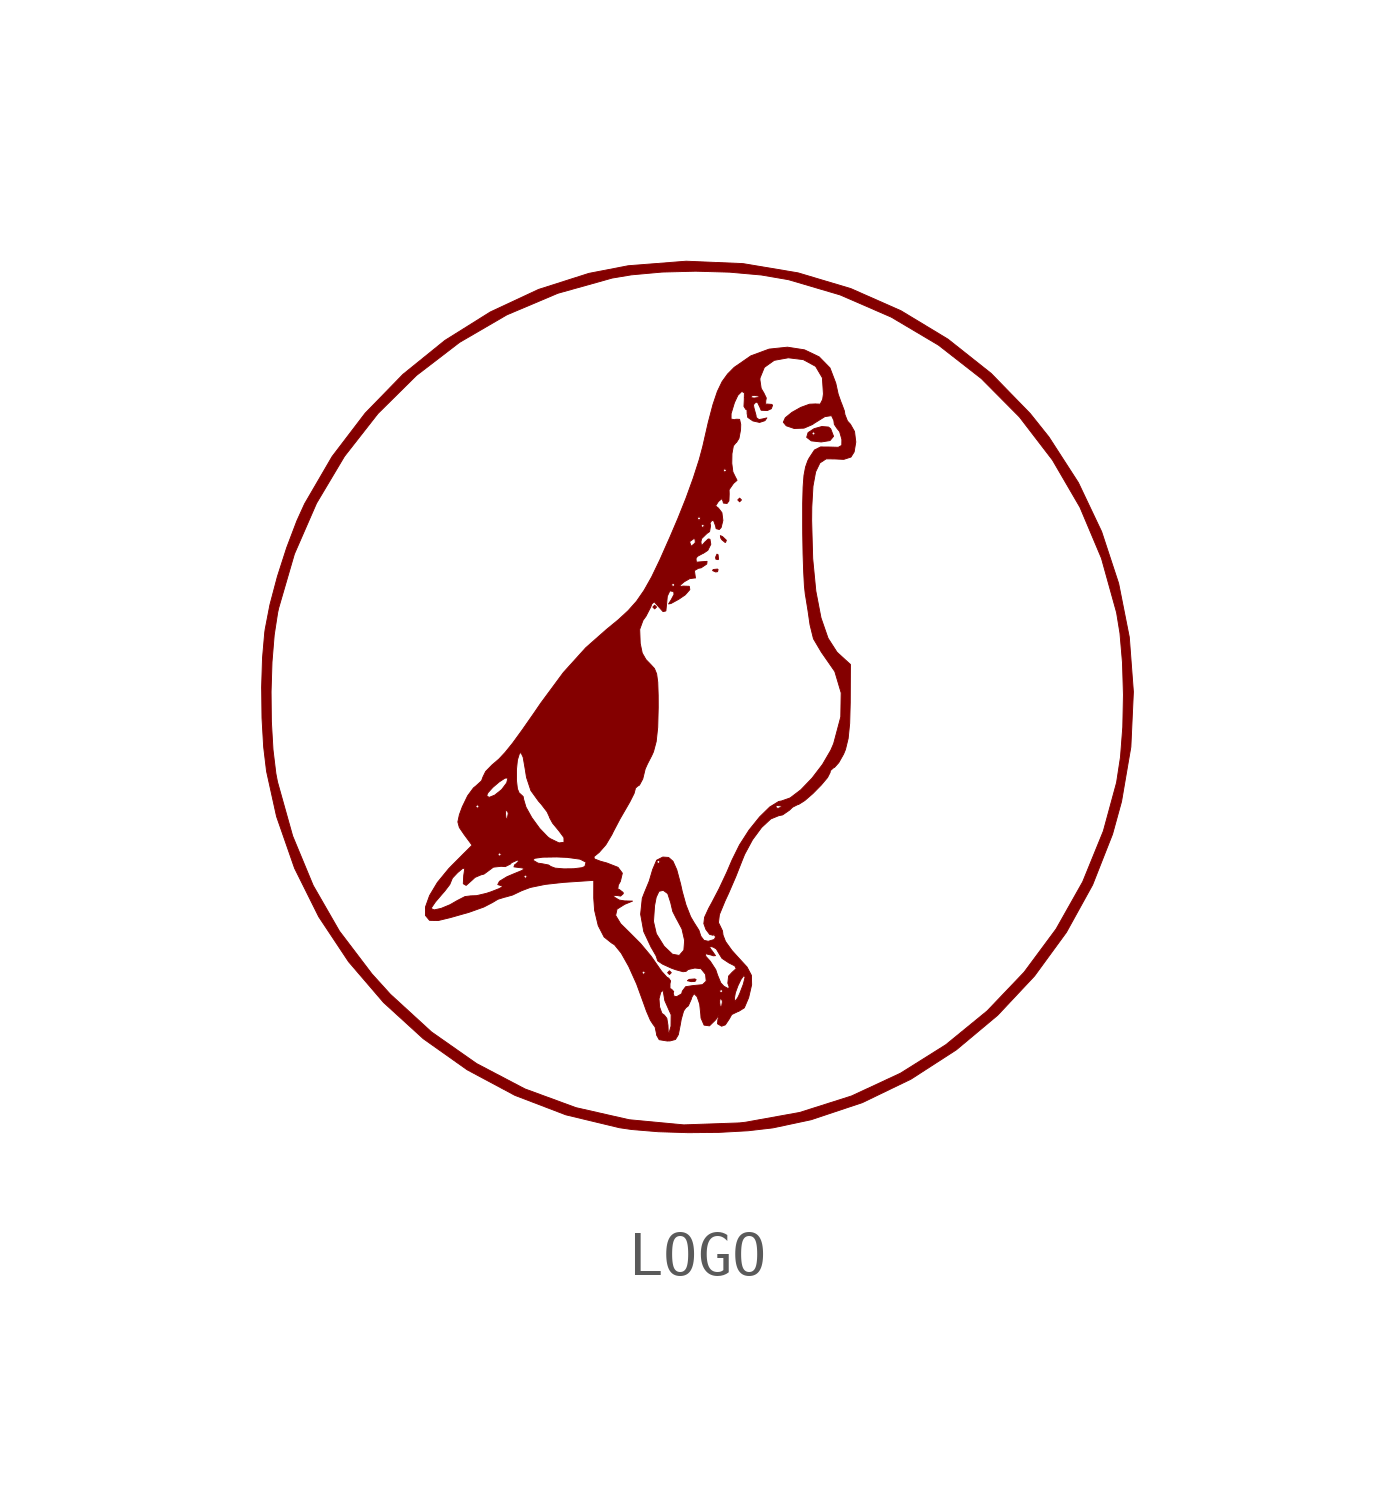
<source format=kicad_sym>
(kicad_symbol_lib
  (version 20220914)
  (generator bitmap2component)
  (symbol "LOGO"
    (pin_names
      (offset 1.016))
    (property "Reference" "#G"
      (at 0 9.356 0)
      (effects (font (size 1.27 1.27)) hide))
    (symbol "LOGO_0_0"
      (polyline (pts (xy 0.503 -9.969) (xy 1.169 -9.932) (xy 1.736 -9.866) (xy 2.614 -9.679) (xy 3.79 -9.286) (xy 4.904 -8.748) (xy 5.942 -8.077) (xy 6.89 -7.284) (xy 7.736 -6.382) (xy 8.466 -5.382) (xy 9.066 -4.295) (xy 9.523 -3.133) (xy 9.729 -2.385) (xy 9.943 -1.133) (xy 10.001 0.13) (xy 9.907 1.386) (xy 9.663 2.616) (xy 9.273 3.803) (xy 8.74 4.927) (xy 8.066 5.971) (xy 7.635 6.511) (xy 6.741 7.43) (xy 5.75 8.216) (xy 4.675 8.866) (xy 3.526 9.374) (xy 2.314 9.736) (xy 1.051 9.948) (xy -0.251 10.003) (xy -1.581 9.899) (xy -2.483 9.724) (xy -3.636 9.356) (xy -4.741 8.84) (xy -5.782 8.188) (xy -6.744 7.41) (xy -7.611 6.519) (xy -8.368 5.526) (xy -8.999 4.442) (xy -9.177 4.05) (xy -9.41 3.436) (xy -9.623 2.774) (xy -9.794 2.129) (xy -9.903 1.566) (xy -9.913 1.494) (xy -9.964 0.907) (xy -9.985 0.231) (xy -9.983 0.133) (xy -9.768 0.133) (xy -9.747 0.812) (xy -9.696 1.434) (xy -9.617 1.947) (xy -9.594 2.051) (xy -9.233 3.291) (xy -8.726 4.454) (xy -8.085 5.53) (xy -7.317 6.511) (xy -6.435 7.384) (xy -5.447 8.142) (xy -4.363 8.773) (xy -3.193 9.268) (xy -1.947 9.617) (xy -1.511 9.69) (xy -0.805 9.754) (xy -0.035 9.774) (xy 0.743 9.752) (xy 1.471 9.687) (xy 2.092 9.58) (xy 3.276 9.231) (xy 4.448 8.722) (xy 5.531 8.08) (xy 6.514 7.313) (xy 7.389 6.431) (xy 8.146 5.444) (xy 8.776 4.362) (xy 9.269 3.193) (xy 9.616 1.947) (xy 9.693 1.476) (xy 9.751 0.801) (xy 9.773 0.065) (xy 9.758 -0.677) (xy 9.705 -1.366) (xy 9.616 -1.947) (xy 9.313 -3.06) (xy 8.839 -4.224) (xy 8.229 -5.306) (xy 7.495 -6.297) (xy 6.649 -7.184) (xy 5.7 -7.96) (xy 4.66 -8.613) (xy 3.54 -9.134) (xy 2.351 -9.512) (xy 1.104 -9.737) (xy 0.97 -9.752) (xy -0.306 -9.797) (xy -1.56 -9.679) (xy -2.779 -9.402) (xy -3.95 -8.972) (xy -5.057 -8.391) (xy -6.09 -7.667) (xy -7.033 -6.803) (xy -7.455 -6.337) (xy -8.201 -5.355) (xy -8.803 -4.308) (xy -9.273 -3.175) (xy -9.621 -1.934) (xy -9.658 -1.742) (xy -9.724 -1.195) (xy -9.761 -0.553) (xy -9.768 0.133) (xy -9.983 0.133) (xy -9.976 -0.471) (xy -9.938 -1.133) (xy -9.871 -1.693) (xy -9.642 -2.728) (xy -9.229 -3.914) (xy -8.675 -5.027) (xy -7.991 -6.057) (xy -7.189 -6.992) (xy -6.279 -7.822) (xy -5.272 -8.535) (xy -4.179 -9.12) (xy -3.01 -9.567) (xy -1.778 -9.863) (xy -1.503 -9.903) (xy -0.892 -9.954) (xy -0.203 -9.976) (xy 0.503 -9.969)) (stroke (width 0.01) (type default)) (fill (type outline)))
      (polyline (pts (xy -0.62 -7.872) (xy -0.497 -7.839) (xy -0.431 -7.728) (xy -0.385 -7.493) (xy -0.365 -7.378) (xy -0.311 -7.187) (xy -0.259 -7.112) (xy -0.203 -7.069) (xy -0.137 -6.921) (xy -0.12 -6.866) (xy -0.071 -6.788) (xy -0.001 -6.858) (xy 0.041 -6.978) (xy 0.515 -6.978) (xy 0.528 -6.895) (xy 0.535 -6.9) (xy 0.853 -6.9) (xy 0.876 -6.769) (xy 0.936 -6.605) (xy 1.008 -6.457) (xy 1.07 -6.374) (xy 1.098 -6.404) (xy 1.097 -6.417) (xy 1.059 -6.571) (xy 0.977 -6.785) (xy 0.935 -6.875) (xy 0.873 -6.967) (xy 0.853 -6.9) (xy 0.535 -6.9) (xy 0.566 -6.927) (xy 0.579 -6.976) (xy 0.559 -7.089) (xy 0.53 -7.088) (xy 0.515 -6.978) (xy 0.041 -6.978) (xy 0.058 -7.027) (xy 0.083 -7.26) (xy 0.089 -7.348) (xy 0.159 -7.51) (xy 0.282 -7.527) (xy 0.425 -7.387) (xy 0.466 -7.326) (xy 0.502 -7.285) (xy 0.475 -7.387) (xy 0.467 -7.48) (xy 0.561 -7.535) (xy 0.646 -7.504) (xy 0.738 -7.366) (xy 0.792 -7.268) (xy 0.937 -7.197) (xy 0.95 -7.196) (xy 1.081 -7.114) (xy 1.181 -6.879) (xy 1.249 -6.585) (xy 1.244 -6.369) (xy 1.144 -6.179) (xy 0.931 -5.947) (xy 0.797 -5.798) (xy 0.65 -5.593) (xy 0.593 -5.446) (xy 0.581 -5.35) (xy 0.508 -5.198) (xy 0.488 -5.161) (xy 0.51 -4.977) (xy 0.639 -4.664) (xy 0.719 -4.492) (xy 0.887 -4.103) (xy 1.031 -3.737) (xy 1.088 -3.596) (xy 1.268 -3.262) (xy 1.477 -2.979) (xy 1.688 -2.783) (xy 1.869 -2.709) (xy 1.959 -2.691) (xy 2.117 -2.582) (xy 2.187 -2.514) (xy 2.304 -2.455) (xy 2.328 -2.45) (xy 2.467 -2.362) (xy 2.653 -2.201) (xy 2.842 -2.009) (xy 2.989 -1.834) (xy 3.048 -1.718) (xy 3.054 -1.676) (xy 3.129 -1.609) (xy 3.15 -1.601) (xy 3.247 -1.492) (xy 3.357 -1.297) (xy 3.4 -1.192) (xy 3.462 -0.938) (xy 3.497 -0.591) (xy 3.51 -0.114) (xy 3.514 0.758) (xy 3.24 1.008) (xy 3.204 1.043) (xy 3.001 1.359) (xy 2.839 1.827) (xy 2.721 2.44) (xy 2.649 3.186) (xy 2.625 4.057) (xy 2.628 4.366) (xy 2.655 4.842) (xy 2.716 5.174) (xy 2.814 5.378) (xy 2.958 5.472) (xy 3.152 5.47) (xy 3.361 5.46) (xy 3.526 5.513) (xy 3.599 5.63) (xy 3.637 5.858) (xy 3.608 6.098) (xy 3.514 6.265) (xy 3.446 6.339) (xy 3.387 6.489) (xy 3.375 6.57) (xy 3.307 6.753) (xy 3.301 6.763) (xy 3.233 6.956) (xy 3.179 7.203) (xy 3.177 7.21) (xy 3.045 7.556) (xy 2.796 7.811) (xy 2.461 7.971) (xy 2.07 8.032) (xy 1.65 7.988) (xy 1.234 7.835) (xy 0.849 7.569) (xy 0.699 7.418) (xy 0.572 7.242) (xy 0.464 7.018) (xy 0.362 6.715) (xy 0.254 6.305) (xy 0.129 5.757) (xy 0.048 5.455) (xy -0.032 5.207) (xy 0.593 5.207) (xy 0.635 5.249) (xy 0.677 5.207) (xy 0.635 5.165) (xy 0.593 5.207) (xy -0.032 5.207) (xy -0.089 5.03) (xy -0.259 4.561) (xy -0.441 4.106) (xy 0 4.106) (xy 0.042 4.149) (xy 0.085 4.106) (xy 0.042 4.064) (xy 0 4.106) (xy -0.441 4.106) (xy -0.513 3.937) (xy 0.085 3.937) (xy 0.127 3.979) (xy 0.169 3.937) (xy 0.127 3.895) (xy 0.085 3.937) (xy -0.513 3.937) (xy -0.626 3.672) (xy -0.678 3.556) (xy -0.169 3.556) (xy -0.166 3.579) (xy -0.08 3.641) (xy -0.049 3.634) (xy -0.042 3.556) (xy -0.06 3.531) (xy -0.132 3.471) (xy -0.14 3.474) (xy -0.169 3.556) (xy -0.678 3.556) (xy -0.852 3.162) (xy -1.043 2.765) (xy -1.146 2.582) (xy -0.593 2.582) (xy -0.55 2.625) (xy -0.508 2.582) (xy -0.55 2.54) (xy -0.593 2.582) (xy -1.146 2.582) (xy -1.218 2.455) (xy -1.391 2.205) (xy -1.582 1.991) (xy -1.805 1.785) (xy -2.078 1.561) (xy -2.552 1.143) (xy -3.067 0.573) (xy -3.584 -0.127) (xy -3.732 -0.344) (xy -4.014 -0.748) (xy -4.23 -1.045) (xy -4.401 -1.257) (xy -4.543 -1.409) (xy -4.678 -1.525) (xy -4.698 -1.541) (xy -4.809 -1.655) (xy -4.143 -1.655) (xy -4.12 -1.431) (xy -4.074 -1.283) (xy -4.039 -1.262) (xy -3.989 -1.368) (xy -3.942 -1.64) (xy -3.912 -1.83) (xy -3.812 -2.132) (xy -3.635 -2.377) (xy -3.575 -2.444) (xy -3.44 -2.62) (xy -3.387 -2.735) (xy -3.385 -2.749) (xy -3.313 -2.881) (xy -3.17 -3.054) (xy -3.054 -3.211) (xy -3.052 -3.319) (xy -3.167 -3.333) (xy -3.375 -3.232) (xy -3.428 -3.192) (xy -3.611 -3.001) (xy -3.79 -2.755) (xy -3.925 -2.512) (xy -3.979 -2.33) (xy -3.989 -2.27) (xy -4.064 -2.201) (xy -4.076 -2.198) (xy -4.12 -2.096) (xy -4.143 -1.896) (xy -4.143 -1.655) (xy -4.809 -1.655) (xy -4.849 -1.696) (xy -4.911 -1.823) (xy -4.942 -1.909) (xy -5.073 -2.028) (xy -5.128 -2.072) (xy -5.258 -2.248) (xy -4.826 -2.248) (xy -4.796 -2.182) (xy -4.684 -2.059) (xy -4.537 -1.934) (xy -4.405 -1.848) (xy -4.338 -1.844) (xy -4.366 -1.957) (xy -4.482 -2.111) (xy -4.64 -2.237) (xy -4.771 -2.29) (xy -4.826 -2.248) (xy -5.258 -2.248) (xy -5.262 -2.254) (xy -5.38 -2.498) (xy -5.08 -2.498) (xy -5.038 -2.455) (xy -4.995 -2.498) (xy -5.038 -2.54) (xy -5.08 -2.498) (xy -5.38 -2.498) (xy -5.382 -2.501) (xy -5.441 -2.66) (xy -4.396 -2.66) (xy -4.382 -2.577) (xy -4.345 -2.609) (xy -4.331 -2.658) (xy -4.351 -2.771) (xy -4.38 -2.77) (xy -4.396 -2.66) (xy -5.441 -2.66) (xy -5.451 -2.687) (xy -5.486 -2.852) (xy -5.452 -2.978) (xy -5.345 -3.136) (xy -5.16 -3.386) (xy -5.373 -3.598) (xy -4.572 -3.598) (xy -4.53 -3.556) (xy -4.487 -3.598) (xy -4.53 -3.641) (xy -4.572 -3.598) (xy -5.373 -3.598) (xy -5.422 -3.648) (xy -2.367 -3.648) (xy -2.272 -3.571) (xy -2.248 -3.552) (xy -2.093 -3.375) (xy -1.955 -3.143) (xy -1.924 -3.078) (xy -1.77 -2.785) (xy -1.604 -2.498) (xy -1.542 -2.39) (xy -1.446 -2.199) (xy -1.418 -2.095) (xy -1.421 -2.083) (xy -1.365 -2.032) (xy -1.323 -2.008) (xy -1.247 -1.866) (xy -1.194 -1.648) (xy -1.192 -1.639) (xy -1.14 -1.523) (xy -1.042 -1.333) (xy -1.001 -1.242) (xy -0.939 -1.009) (xy -0.904 -0.683) (xy -0.892 -0.226) (xy -0.893 0.048) (xy -0.903 0.35) (xy -0.929 0.543) (xy -0.979 0.664) (xy -1.058 0.751) (xy -1.174 0.871) (xy -1.259 1.019) (xy -1.305 1.24) (xy -1.317 1.563) (xy -1.241 1.771) (xy -1.173 1.864) (xy -1.065 2.074) (xy -1.038 2.146) (xy -0.984 2.195) (xy -0.895 2.095) (xy -0.782 1.97) (xy -0.717 1.985) (xy -0.699 2.163) (xy -0.684 2.322) (xy -0.626 2.446) (xy -0.538 2.429) (xy -0.53 2.364) (xy -0.602 2.228) (xy -0.607 2.222) (xy -0.655 2.146) (xy -0.601 2.155) (xy -0.423 2.252) (xy -0.274 2.353) (xy -0.168 2.474) (xy -0.181 2.55) (xy -0.323 2.555) (xy -0.366 2.547) (xy -0.401 2.565) (xy -0.297 2.653) (xy -0.173 2.725) (xy -0.065 2.74) (xy -0.039 2.74) (xy -0.052 2.832) (xy -0.063 2.91) (xy 0.028 2.963) (xy 0.09 2.973) (xy 0.22 3.061) (xy 0.227 3.122) (xy 0.104 3.113) (xy -0.018 3.103) (xy -0.027 3.185) (xy 0.003 3.234) (xy 0.127 3.302) (xy 0.135 3.302) (xy 0.245 3.375) (xy 0.313 3.513) (xy 0.294 3.629) (xy 0.255 3.636) (xy 0.166 3.554) (xy 0.159 3.542) (xy 0.1 3.477) (xy 0.086 3.568) (xy 0.103 3.643) (xy 0.221 3.759) (xy 0.285 3.804) (xy 0.308 3.938) (xy 0.295 4.002) (xy 0.341 4.064) (xy 0.381 4.048) (xy 0.423 3.932) (xy 0.435 3.872) (xy 0.508 3.852) (xy 0.55 3.898) (xy 0.59 4.06) (xy 0.568 4.237) (xy 0.487 4.343) (xy 0.423 4.393) (xy 0.487 4.494) (xy 0.568 4.56) (xy 0.593 4.499) (xy 0.602 4.458) (xy 0.685 4.449) (xy 0.729 4.508) (xy 0.735 4.666) (xy 0.732 4.764) (xy 0.833 4.909) (xy 0.915 4.98) (xy 0.875 5.058) (xy 0.874 5.059) (xy 0.819 5.172) (xy 0.794 5.37) (xy 0.798 5.59) (xy 0.83 5.768) (xy 0.889 5.842) (xy 0.899 5.844) (xy 0.959 5.941) (xy 0.995 6.136) (xy 0.999 6.26) (xy 0.973 6.378) (xy 0.889 6.38) (xy 0.852 6.369) (xy 0.777 6.385) (xy 0.778 6.508) (xy 0.855 6.761) (xy 0.933 6.928) (xy 1.024 7.019) (xy 1.083 6.984) (xy 1.081 6.878) (xy 1.222 6.878) (xy 1.254 6.916) (xy 1.303 6.929) (xy 1.416 6.909) (xy 1.415 6.88) (xy 1.305 6.865) (xy 1.222 6.878) (xy 1.081 6.878) (xy 1.08 6.816) (xy 1.073 6.674) (xy 1.117 6.604) (xy 1.142 6.599) (xy 1.146 6.524) (xy 1.144 6.521) (xy 1.16 6.423) (xy 1.278 6.341) (xy 1.431 6.307) (xy 1.554 6.347) (xy 1.598 6.411) (xy 1.503 6.388) (xy 1.418 6.372) (xy 1.355 6.419) (xy 1.349 6.472) (xy 1.303 6.639) (xy 1.29 6.711) (xy 1.346 6.773) (xy 1.386 6.762) (xy 1.439 6.654) (xy 1.467 6.586) (xy 1.608 6.579) (xy 1.7 6.621) (xy 1.729 6.7) (xy 1.712 6.72) (xy 1.604 6.728) (xy 1.57 6.721) (xy 1.573 6.803) (xy 1.585 6.866) (xy 1.53 6.981) (xy 1.468 7.086) (xy 1.439 7.282) (xy 1.441 7.326) (xy 1.54 7.569) (xy 1.765 7.73) (xy 2.089 7.789) (xy 2.433 7.747) (xy 2.716 7.593) (xy 2.871 7.33) (xy 2.895 6.96) (xy 2.877 6.833) (xy 2.821 6.726) (xy 2.709 6.731) (xy 2.576 6.725) (xy 2.376 6.652) (xy 2.173 6.538) (xy 2.021 6.414) (xy 1.975 6.312) (xy 2.043 6.23) (xy 2.225 6.168) (xy 2.449 6.176) (xy 2.644 6.259) (xy 2.679 6.285) (xy 2.928 6.44) (xy 3.081 6.463) (xy 3.133 6.354) (xy 3.145 6.263) (xy 3.209 6.167) (xy 3.266 6.098) (xy 3.315 5.928) (xy 3.318 5.909) (xy 3.316 5.782) (xy 3.236 5.737) (xy 3.032 5.743) (xy 2.829 5.745) (xy 2.69 5.675) (xy 2.567 5.488) (xy 2.537 5.43) (xy 2.485 5.284) (xy 2.449 5.092) (xy 2.429 4.825) (xy 2.419 4.45) (xy 2.419 3.937) (xy 2.42 3.755) (xy 2.428 3.292) (xy 2.442 2.88) (xy 2.459 2.56) (xy 2.479 2.371) (xy 2.493 2.29) (xy 2.542 1.986) (xy 2.588 1.667) (xy 2.667 1.347) (xy 2.853 1.032) (xy 2.854 1.032) (xy 3.156 0.597) (xy 3.302 0.107) (xy 3.293 -0.443) (xy 3.129 -1.058) (xy 3.064 -1.208) (xy 2.874 -1.534) (xy 2.634 -1.848) (xy 2.377 -2.115) (xy 2.133 -2.301) (xy 1.935 -2.371) (xy 1.869 -2.383) (xy 1.706 -2.484) (xy 1.806 -2.484) (xy 1.819 -2.473) (xy 1.919 -2.484) (xy 1.932 -2.509) (xy 1.863 -2.54) (xy 1.818 -2.534) (xy 1.806 -2.484) (xy 1.706 -2.484) (xy 1.667 -2.507) (xy 1.432 -2.737) (xy 1.19 -3.038) (xy 0.971 -3.379) (xy 0.8 -3.725) (xy 0.68 -4.006) (xy 0.502 -4.385) (xy 0.338 -4.699) (xy 0.265 -4.832) (xy 0.17 -5.039) (xy 0.153 -5.183) (xy 0.201 -5.316) (xy 0.287 -5.43) (xy 0.364 -5.45) (xy 0.388 -5.434) (xy 0.423 -5.489) (xy 0.392 -5.547) (xy 0.254 -5.588) (xy 0.155 -5.566) (xy 0.085 -5.472) (xy 0.041 -5.336) (xy -0.074 -5.155) (xy -0.15 -5.025) (xy -0.256 -4.755) (xy -0.342 -4.445) (xy -0.38 -4.273) (xy -0.467 -3.948) (xy -0.554 -3.754) (xy -0.655 -3.666) (xy -0.786 -3.657) (xy -0.928 -3.729) (xy -0.945 -3.768) (xy -0.931 -3.768) (xy -0.889 -3.725) (xy -0.847 -3.768) (xy -0.889 -3.81) (xy -0.931 -3.768) (xy -0.945 -3.768) (xy -1.02 -3.943) (xy -1.098 -4.207) (xy -1.21 -4.478) (xy -1.258 -4.602) (xy -1.296 -4.968) (xy -1.266 -5.133) (xy -1.001 -5.133) (xy -0.976 -4.77) (xy -0.939 -4.579) (xy -0.875 -4.442) (xy -0.777 -4.42) (xy -0.674 -4.495) (xy -0.607 -4.7) (xy -0.559 -4.904) (xy -0.47 -5.08) (xy -0.466 -5.084) (xy -0.348 -5.306) (xy -0.287 -5.572) (xy -0.305 -5.793) (xy -0.375 -5.872) (xy 0.189 -5.872) (xy 0.318 -5.903) (xy 0.369 -5.921) (xy 0.42 -5.917) (xy 0.348 -5.814) (xy 0.309 -5.764) (xy 0.278 -5.699) (xy 0.369 -5.722) (xy 0.44 -5.764) (xy 0.508 -5.88) (xy 0.57 -5.98) (xy 0.731 -6.086) (xy 0.861 -6.151) (xy 0.896 -6.214) (xy 0.802 -6.299) (xy 0.721 -6.386) (xy 0.703 -6.549) (xy 0.731 -6.624) (xy 0.726 -6.68) (xy 0.612 -6.618) (xy 0.542 -6.543) (xy 0.468 -6.364) (xy 0.427 -6.24) (xy 0.301 -6.046) (xy 0.198 -5.932) (xy 0.189 -5.872) (xy -0.375 -5.872) (xy -0.41 -5.913) (xy -0.566 -5.885) (xy -0.752 -5.708) (xy -0.763 -5.694) (xy -0.936 -5.416) (xy -1.001 -5.133) (xy -1.266 -5.133) (xy -1.224 -5.366) (xy -1.051 -5.734) (xy -1.039 -5.751) (xy -0.941 -5.922) (xy -0.909 -6.021) (xy -0.901 -6.039) (xy -0.791 -6.113) (xy -0.589 -6.205) (xy -0.498 -6.238) (xy -0.323 -6.286) (xy -0.254 -6.277) (xy -0.206 -6.235) (xy -0.052 -6.201) (xy 0.089 -6.217) (xy 0.193 -6.347) (xy 0.208 -6.502) (xy 0.122 -6.583) (xy -0.099 -6.604) (xy -0.264 -6.63) (xy -0.339 -6.731) (xy 0.508 -6.731) (xy 0.55 -6.689) (xy 0.593 -6.731) (xy 0.55 -6.773) (xy 0.508 -6.731) (xy -0.339 -6.731) (xy -0.355 -6.792) (xy -0.471 -6.858) (xy -0.531 -6.846) (xy -0.55 -6.773) (xy -0.537 -6.741) (xy -0.585 -6.689) (xy -0.623 -6.671) (xy -0.623 -6.562) (xy -0.609 -6.497) (xy -0.651 -6.435) (xy -0.694 -6.411) (xy -0.813 -6.279) (xy -0.958 -6.071) (xy -1.056 -5.93) (xy -1.3 -5.638) (xy -1.559 -5.378) (xy -1.753 -5.187) (xy -1.869 -4.995) (xy -1.837 -4.851) (xy -1.66 -4.74) (xy -1.482 -4.667) (xy -1.667 -4.662) (xy -1.787 -4.643) (xy -1.904 -4.573) (xy -1.912 -4.534) (xy -1.825 -4.54) (xy -1.755 -4.552) (xy -1.693 -4.496) (xy -1.698 -4.468) (xy -1.783 -4.403) (xy -1.819 -4.389) (xy -1.807 -4.297) (xy -1.76 -4.215) (xy -1.715 -4.026) (xy -1.814 -3.893) (xy -2.07 -3.793) (xy -2.217 -3.753) (xy -2.356 -3.7) (xy -2.367 -3.648) (xy -5.422 -3.648) (xy -5.623 -3.849) (xy -5.697 -3.925) (xy -5.955 -4.24) (xy -6.134 -4.539) (xy -6.227 -4.798) (xy -6.228 -4.837) (xy -6.096 -4.837) (xy -6.088 -4.814) (xy -6.002 -4.688) (xy -5.851 -4.511) (xy -5.787 -4.438) (xy -5.671 -4.286) (xy -5.64 -4.21) (xy -5.611 -4.14) (xy -5.492 -4.014) (xy -5.369 -3.911) (xy -5.329 -3.926) (xy -5.352 -4.085) (xy -5.361 -4.269) (xy -5.296 -4.307) (xy -5.165 -4.191) (xy -5.092 -4.123) (xy -4.953 -4.064) (xy -4.887 -4.048) (xy -4.749 -3.946) (xy -4.672 -3.889) (xy -4.494 -3.869) (xy -4.399 -3.876) (xy -4.28 -3.817) (xy -4.257 -3.788) (xy -4.122 -3.727) (xy -4.121 -3.727) (xy -3.767 -3.727) (xy -3.728 -3.686) (xy -3.54 -3.66) (xy -3.218 -3.655) (xy -2.978 -3.665) (xy -2.683 -3.706) (xy -2.547 -3.776) (xy -2.574 -3.873) (xy -2.642 -3.901) (xy -2.828 -3.925) (xy -3.056 -3.928) (xy -3.256 -3.911) (xy -3.357 -3.873) (xy -3.403 -3.84) (xy -3.556 -3.81) (xy -3.648 -3.797) (xy -3.767 -3.727) (xy -4.121 -3.727) (xy -4.084 -3.742) (xy -4.149 -3.81) (xy -4.184 -3.834) (xy -4.2 -3.882) (xy -4.064 -3.9) (xy -4.042 -3.901) (xy -3.958 -3.918) (xy -4.011 -3.962) (xy -4.212 -4.045) (xy -4.355 -4.106) (xy -3.979 -4.106) (xy -3.937 -4.064) (xy -3.895 -4.106) (xy -3.937 -4.149) (xy -3.979 -4.106) (xy -4.355 -4.106) (xy -4.365 -4.111) (xy -4.532 -4.213) (xy -4.571 -4.288) (xy -4.466 -4.322) (xy -4.452 -4.331) (xy -4.534 -4.379) (xy -4.726 -4.454) (xy -4.832 -4.489) (xy -5.056 -4.542) (xy -5.192 -4.547) (xy -5.322 -4.563) (xy -5.503 -4.656) (xy -5.664 -4.749) (xy -5.869 -4.834) (xy -6.031 -4.869) (xy -6.096 -4.837) (xy -6.228 -4.837) (xy -6.229 -4.995) (xy -6.135 -5.108) (xy -5.939 -5.113) (xy -5.657 -5.045) (xy -5.225 -4.922) (xy -4.891 -4.803) (xy -4.691 -4.699) (xy -4.568 -4.625) (xy -4.403 -4.574) (xy -4.396 -4.574) (xy -4.232 -4.528) (xy -4.022 -4.428) (xy -3.825 -4.354) (xy -3.484 -4.284) (xy -3.069 -4.238) (xy -2.37 -4.191) (xy -2.371 -4.596) (xy -2.351 -4.879) (xy -2.268 -5.228) (xy -2.133 -5.49) (xy -1.964 -5.625) (xy -1.895 -5.668) (xy -1.741 -5.858) (xy -1.567 -6.167) (xy -1.504 -6.308) (xy -1.27 -6.308) (xy -1.228 -6.265) (xy -1.185 -6.308) (xy -1.228 -6.35) (xy -1.27 -6.308) (xy -1.504 -6.308) (xy -1.388 -6.565) (xy -1.263 -6.908) (xy -0.874 -6.908) (xy -0.835 -6.758) (xy -0.781 -6.71) (xy -0.763 -6.818) (xy -0.741 -6.949) (xy -0.649 -7.157) (xy -0.596 -7.272) (xy -0.599 -7.535) (xy -0.66 -7.747) (xy -0.669 -7.514) (xy -0.695 -7.355) (xy -0.752 -7.281) (xy -0.808 -7.241) (xy -0.861 -7.094) (xy -0.874 -6.908) (xy -1.263 -6.908) (xy -1.221 -7.024) (xy -1.162 -7.189) (xy -1.072 -7.398) (xy -1.006 -7.499) (xy -0.965 -7.551) (xy -0.931 -7.71) (xy -0.93 -7.737) (xy -0.87 -7.844) (xy -0.687 -7.874) (xy -0.62 -7.872)) (stroke (width 0.01) (type default)) (fill (type outline)))
      (polyline (pts (xy -0.048 -6.507) (xy -0.023 -6.468) (xy -0.053 -6.451) (xy -0.185 -6.462) (xy -0.224 -6.492) (xy -0.134 -6.513) (xy -0.048 -6.507)) (stroke (width 0.01) (type default)) (fill (type outline)))
      (polyline (pts (xy -0.593 -6.308) (xy -0.635 -6.265) (xy -0.677 -6.308) (xy -0.635 -6.35) (xy -0.593 -6.308)) (stroke (width 0.01) (type default)) (fill (type outline)))
      (polyline (pts (xy -0.931 2.074) (xy -0.974 2.117) (xy -1.016 2.074) (xy -0.974 2.032) (xy -0.931 2.074)) (stroke (width 0.01) (type default)) (fill (type outline)))
      (polyline (pts (xy 0.468 2.885) (xy 0.48 2.935) (xy 0.467 2.945) (xy 0.367 2.935) (xy 0.354 2.91) (xy 0.423 2.879) (xy 0.468 2.885)) (stroke (width 0.01) (type default)) (fill (type outline)))
      (polyline (pts (xy 0.49 3.173) (xy 0.48 3.274) (xy 0.454 3.287) (xy 0.423 3.217) (xy 0.429 3.172) (xy 0.48 3.161) (xy 0.49 3.173)) (stroke (width 0.01) (type default)) (fill (type outline)))
      (polyline (pts (xy 0.652 3.557) (xy 0.67 3.606) (xy 0.58 3.691) (xy 0.532 3.712) (xy 0.542 3.654) (xy 0.568 3.616) (xy 0.64 3.556) (xy 0.652 3.557)) (stroke (width 0.01) (type default)) (fill (type outline)))
      (polyline (pts (xy 1.016 4.53) (xy 0.974 4.572) (xy 0.931 4.53) (xy 0.974 4.487) (xy 1.016 4.53)) (stroke (width 0.01) (type default)) (fill (type outline)))
      (polyline (pts (xy 3.046 5.891) (xy 3.127 5.989) (xy 3.062 6.16) (xy 3.012 6.201) (xy 2.858 6.213) (xy 2.68 6.163) (xy 2.543 6.073) (xy 2.537 6.054) (xy 2.625 6.054) (xy 2.667 6.096) (xy 2.709 6.054) (xy 2.667 6.011) (xy 2.625 6.054) (xy 2.537 6.054) (xy 2.511 5.965) (xy 2.617 5.884) (xy 2.844 5.859) (xy 3.046 5.891)) (stroke (width 0.01) (type default)) (fill (type outline))))))
</source>
